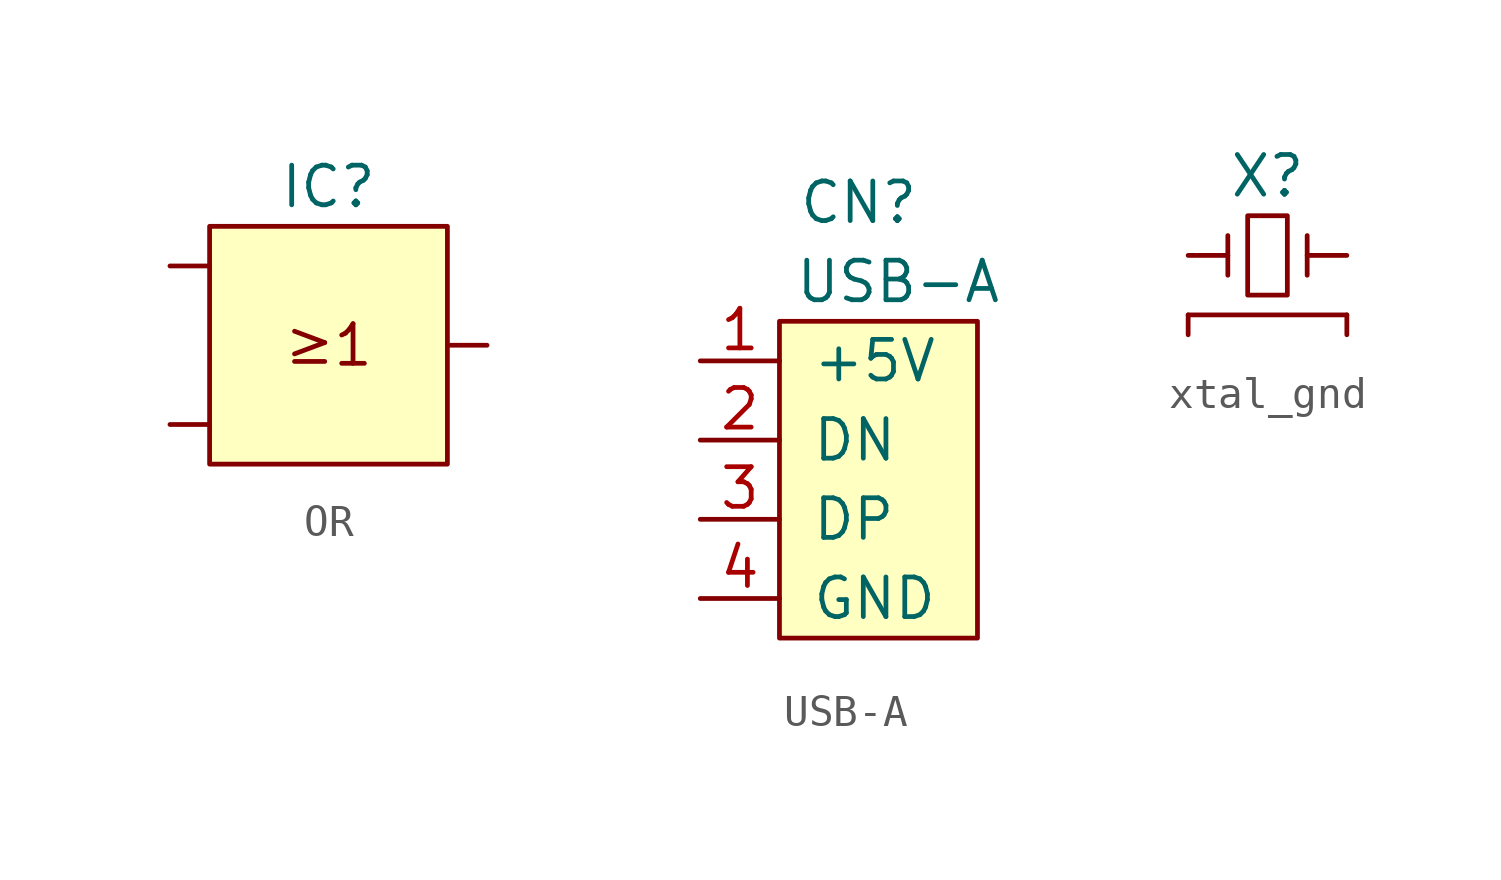
<source format=kicad_sym>
(kicad_symbol_lib
  (version 20220914)
  (generator kicad_symbol_editor)
  (symbol "OR"
    (pin_numbers hide)
    (pin_names
      (offset 1.016))
    (property "Reference" "IC"
      (at 0 5.08 0)
      (effects (font (size 1.27 1.27))))
    (symbol "OR_0_0"
      (text "≥1" (at 0 0 0) (effects (font (size 1.27 1.27)))))
    (symbol "OR_0_1"
      (rectangle (start -3.81 3.81) (end 3.81 -3.81) (stroke (width 0) (type solid)) (fill (type background))))
    (symbol "OR_1_1"
      (pin input line (at -5.08 -2.54 0) (length 1.27) (name "~" (effects (font (size 1.27 1.27)))) (number "~" (effects (font (size 1.27 1.27)))))
      (pin input line (at -5.08 2.54 0) (length 1.27) (name "~" (effects (font (size 1.27 1.27)))) (number "~" (effects (font (size 1.27 1.27)))))
      (pin output line (at 5.08 0 180) (length 1.27) (name "~" (effects (font (size 1.27 1.27)))) (number "~" (effects (font (size 1.27 1.27)))))))
  (symbol "USB-A"
    (pin_names
      (offset 1.016))
    (property "Reference" "CN"
      (at 2.54 7.62 0)
      (effects (font (size 1.27 1.27))))
    (property "Value" "USB-A"
      (at 3.81 5.08 0)
      (effects (font (size 1.27 1.27))))
    (symbol "USB-A_0_1"
      (rectangle (start 0 3.81) (end 6.35 -6.35) (stroke (width 0) (type solid)) (fill (type background))))
    (symbol "USB-A_1_1"
      (pin input line (at -2.54 2.54 0) (length 2.54) (name "+5V" (effects (font (size 1.27 1.27)))) (number "1" (effects (font (size 1.27 1.27)))))
      (pin input line (at -2.54 0 0) (length 2.54) (name "DN" (effects (font (size 1.27 1.27)))) (number "2" (effects (font (size 1.27 1.27)))))
      (pin input line (at -2.54 -2.54 0) (length 2.54) (name "DP" (effects (font (size 1.27 1.27)))) (number "3" (effects (font (size 1.27 1.27)))))
      (pin input line (at -2.54 -5.08 0) (length 2.54) (name "GND" (effects (font (size 1.27 1.27)))) (number "4" (effects (font (size 1.27 1.27)))))))
  (symbol "xtal_gnd"
    (pin_numbers hide)
    (pin_names hide)
    (property "Reference" "X"
      (at 0 2.54 0)
      (effects (font (size 1.27 1.27))))
    (property "Value" ""
      (at 0 0 0)
      (effects (font (size 1.27 1.27))))
    (symbol "xtal_gnd_0_1"
      (rectangle (start -0.635 1.27) (end 0.635 -1.27) (stroke (width 0) (type default)) (fill (type none)))
      (polyline (pts (xy -1.27 0.635) (xy -1.27 -0.635)) (stroke (width 0) (type default)) (fill (type none)))
      (polyline (pts (xy 1.27 0.635) (xy 1.27 -0.635)) (stroke (width 0) (type default)) (fill (type none)))
      (polyline (pts (xy 2.54 -1.905) (xy -2.54 -1.905)) (stroke (width 0) (type default)) (fill (type none))))
    (symbol "xtal_gnd_1_1"
      (pin bidirectional line (at -2.54 0 0) (length 1.27) (name "" (effects (font (size 1.27 1.27)))) (number "1" (effects (font (size 1.27 1.27)))))
      (pin bidirectional line (at -2.54 -2.54 90) (length 0.635) (name "" (effects (font (size 1.27 1.27)))) (number "2" (effects (font (size 1.27 1.27)))))
      (pin bidirectional line (at 2.54 0 180) (length 1.27) (name "" (effects (font (size 1.27 1.27)))) (number "3" (effects (font (size 1.27 1.27)))))
      (pin bidirectional line (at 2.54 -2.54 90) (length 0.635) (name "" (effects (font (size 1.27 1.27)))) (number "4" (effects (font (size 1.27 1.27))))))))
</source>
